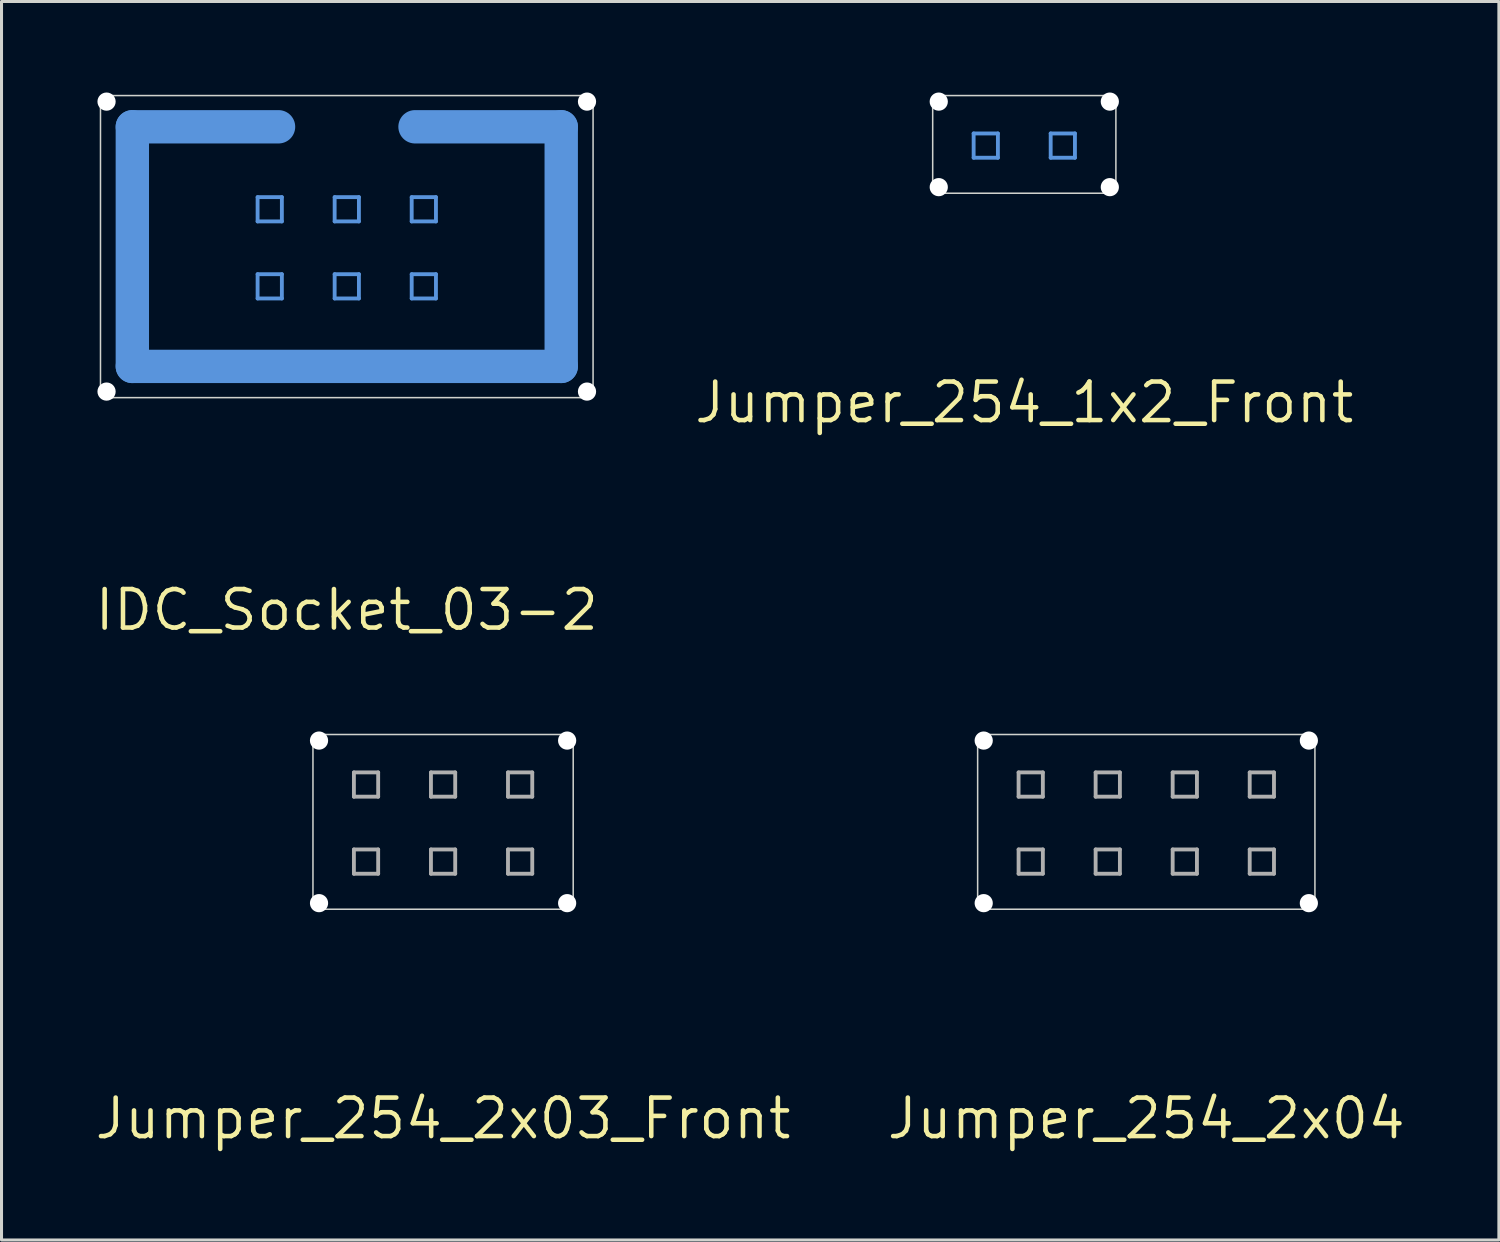
<source format=kicad_pcb>
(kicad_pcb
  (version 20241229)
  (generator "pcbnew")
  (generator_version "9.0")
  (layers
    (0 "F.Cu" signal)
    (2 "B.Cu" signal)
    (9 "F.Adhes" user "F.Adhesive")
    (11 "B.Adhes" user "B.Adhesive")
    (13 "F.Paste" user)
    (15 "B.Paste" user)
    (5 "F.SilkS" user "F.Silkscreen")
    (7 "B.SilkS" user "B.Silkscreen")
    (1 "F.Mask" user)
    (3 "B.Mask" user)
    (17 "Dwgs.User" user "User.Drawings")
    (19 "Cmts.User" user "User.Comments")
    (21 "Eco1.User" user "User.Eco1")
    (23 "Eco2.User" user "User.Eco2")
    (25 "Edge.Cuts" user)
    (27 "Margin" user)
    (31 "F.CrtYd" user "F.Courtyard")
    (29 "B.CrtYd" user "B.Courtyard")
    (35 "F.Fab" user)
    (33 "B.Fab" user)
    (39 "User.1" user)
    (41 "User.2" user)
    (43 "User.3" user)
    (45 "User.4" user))
  (footprint "Jumper_254_2x03_Front"
    (layer "F.Cu")
    (at 11.558 33.826)
    (property "Reference" "Jumper_254_2x03_Front" (at 0 0 0) (layer "F.SilkS") (effects (font (size 1.27 1.27) (thickness 0.15))))
    (fp_line (start -4.29 -12.26) (end -4.29 -7.2) (stroke (width 0.05) (type solid)) (layer "Edge.Cuts"))
    (fp_line (start -3.89 -6.9) (end 3.89 -6.9) (stroke (width 0.05) (type solid)) (layer "Edge.Cuts"))
    (fp_line (start 3.89 -12.66) (end -3.89 -12.66) (stroke (width 0.05) (type solid)) (layer "Edge.Cuts"))
    (fp_line (start 4.29 -7.2) (end 4.29 -12.26) (stroke (width 0.05) (type solid)) (layer "Edge.Cuts"))
    (fp_arc (start -4.29 -12.26) (mid -4.172843 -12.542843) (end -3.89 -12.66) (stroke (width 0.05) (type solid)) (layer "Edge.Cuts"))
    (fp_arc (start -3.89 -6.9) (mid -4.152132 -6.967157) (end -4.29 -7.2) (stroke (width 0.05) (type solid)) (layer "Edge.Cuts"))
    (fp_arc (start 3.89 -12.66) (mid 4.172843 -12.542843) (end 4.29 -12.26) (stroke (width 0.05) (type solid)) (layer "Edge.Cuts"))
    (fp_arc (start 4.289999 -7.199999) (mid 4.131906 -6.994124) (end 3.89 -6.9) (stroke (width 0.05) (type solid)) (layer "Edge.Cuts"))
    (fp_line (start -2.94 -11.41) (end -2.14 -11.41) (stroke (width 0.127) (type solid)) (layer "F.Fab"))
    (fp_line (start -2.94 -10.61) (end -2.94 -11.41) (stroke (width 0.127) (type solid)) (layer "F.Fab"))
    (fp_line (start -2.94 -8.87) (end -2.14 -8.87) (stroke (width 0.127) (type solid)) (layer "F.Fab"))
    (fp_line (start -2.94 -8.07) (end -2.94 -8.87) (stroke (width 0.127) (type solid)) (layer "F.Fab"))
    (fp_line (start -2.14 -11.41) (end -2.14 -10.61) (stroke (width 0.127) (type solid)) (layer "F.Fab"))
    (fp_line (start -2.14 -10.61) (end -2.94 -10.61) (stroke (width 0.127) (type solid)) (layer "F.Fab"))
    (fp_line (start -2.14 -8.87) (end -2.14 -8.07) (stroke (width 0.127) (type solid)) (layer "F.Fab"))
    (fp_line (start -2.14 -8.07) (end -2.94 -8.07) (stroke (width 0.127) (type solid)) (layer "F.Fab"))
    (fp_line (start -0.4 -11.41) (end 0.4 -11.41) (stroke (width 0.127) (type solid)) (layer "F.Fab"))
    (fp_line (start -0.4 -10.61) (end -0.4 -11.41) (stroke (width 0.127) (type solid)) (layer "F.Fab"))
    (fp_line (start -0.4 -8.87) (end 0.4 -8.87) (stroke (width 0.127) (type solid)) (layer "F.Fab"))
    (fp_line (start -0.4 -8.07) (end -0.4 -8.87) (stroke (width 0.127) (type solid)) (layer "F.Fab"))
    (fp_line (start 0.4 -11.41) (end 0.4 -10.61) (stroke (width 0.127) (type solid)) (layer "F.Fab"))
    (fp_line (start 0.4 -10.61) (end -0.4 -10.61) (stroke (width 0.127) (type solid)) (layer "F.Fab"))
    (fp_line (start 0.4 -8.87) (end 0.4 -8.07) (stroke (width 0.127) (type solid)) (layer "F.Fab"))
    (fp_line (start 0.4 -8.07) (end -0.4 -8.07) (stroke (width 0.127) (type solid)) (layer "F.Fab"))
    (fp_line (start 2.14 -11.41) (end 2.94 -11.41) (stroke (width 0.127) (type solid)) (layer "F.Fab"))
    (fp_line (start 2.14 -10.61) (end 2.14 -11.41) (stroke (width 0.127) (type solid)) (layer "F.Fab"))
    (fp_line (start 2.14 -8.87) (end 2.94 -8.87) (stroke (width 0.127) (type solid)) (layer "F.Fab"))
    (fp_line (start 2.14 -8.07) (end 2.14 -8.87) (stroke (width 0.127) (type solid)) (layer "F.Fab"))
    (fp_line (start 2.94 -11.41) (end 2.94 -10.61) (stroke (width 0.127) (type solid)) (layer "F.Fab"))
    (fp_line (start 2.94 -10.61) (end 2.14 -10.61) (stroke (width 0.127) (type solid)) (layer "F.Fab"))
    (fp_line (start 2.94 -8.87) (end 2.94 -8.07) (stroke (width 0.127) (type solid)) (layer "F.Fab"))
    (fp_line (start 2.94 -8.07) (end 2.14 -8.07) (stroke (width 0.127) (type solid)) (layer "F.Fab"))
    (pad "" np_thru_hole circle (at -4.09 -12.46) (size 0.6 0.6) (drill 0.6) (layers "*.Cu" "*.Mask"))
    (pad "" np_thru_hole circle (at -4.09 -7.1) (size 0.6 0.6) (drill 0.6) (layers "*.Cu" "*.Mask"))
    (pad "" np_thru_hole circle (at 4.09 -12.46) (size 0.6 0.6) (drill 0.6) (layers "*.Cu" "*.Mask"))
    (pad "" np_thru_hole circle (at 4.09 -7.1) (size 0.6 0.6) (drill 0.6) (layers "*.Cu" "*.Mask"))
    (zone (net_name "") (layer "F.Cu") (hatch edge 0.5) (connect_pads) (min_thickness 0.25) (filled_areas_thickness no) (keepout (tracks not_allowed) (vias not_allowed) (pads not_allowed) (copperpour not_allowed) (footprints allowed)) (placement (enabled no)) (fill) (polygon (pts (xy 7.268 21.166) (xy 15.848 21.166) (xy 15.848 27.026) (xy 7.268 27.026))))
    (zone (net_name "") (layer "B.Cu") (hatch edge 0.5) (connect_pads) (min_thickness 0.25) (filled_areas_thickness no) (keepout (tracks not_allowed) (vias not_allowed) (pads not_allowed) (copperpour not_allowed) (footprints allowed)) (placement (enabled no)) (fill) (polygon (pts (xy 7.268 21.166) (xy 15.848 21.166) (xy 15.848 27.026) (xy 7.268 27.026)))))
  (footprint "IDC_Socket_03-2"
    (layer "F.Cu")
    (at 8.383 17.06)
    (property "Reference" "IDC_Socket_03-2" (at 0 0 0) (layer "F.SilkS") (effects (font (size 1.27 1.27) (thickness 0.15))))
    (fp_line (start -7.07 -15.93) (end -7.07 -8.03) (stroke (width 1.1) (type solid)) (layer "Cmts.User"))
    (fp_line (start -7.07 -8.03) (end 7.07 -8.03) (stroke (width 1.1) (type solid)) (layer "Cmts.User"))
    (fp_line (start -2.94 -13.61) (end -2.14 -13.61) (stroke (width 0.127) (type solid)) (layer "Cmts.User"))
    (fp_line (start -2.94 -12.81) (end -2.94 -13.61) (stroke (width 0.127) (type solid)) (layer "Cmts.User"))
    (fp_line (start -2.94 -11.07) (end -2.14 -11.07) (stroke (width 0.127) (type solid)) (layer "Cmts.User"))
    (fp_line (start -2.94 -10.27) (end -2.94 -11.07) (stroke (width 0.127) (type solid)) (layer "Cmts.User"))
    (fp_line (start -2.25 -15.93) (end -7.07 -15.93) (stroke (width 1.1) (type solid)) (layer "Cmts.User"))
    (fp_line (start -2.14 -13.61) (end -2.14 -12.81) (stroke (width 0.127) (type solid)) (layer "Cmts.User"))
    (fp_line (start -2.14 -12.81) (end -2.94 -12.81) (stroke (width 0.127) (type solid)) (layer "Cmts.User"))
    (fp_line (start -2.14 -11.07) (end -2.14 -10.27) (stroke (width 0.127) (type solid)) (layer "Cmts.User"))
    (fp_line (start -2.14 -10.27) (end -2.94 -10.27) (stroke (width 0.127) (type solid)) (layer "Cmts.User"))
    (fp_line (start -0.4 -13.61) (end 0.4 -13.61) (stroke (width 0.127) (type solid)) (layer "Cmts.User"))
    (fp_line (start -0.4 -12.81) (end -0.4 -13.61) (stroke (width 0.127) (type solid)) (layer "Cmts.User"))
    (fp_line (start -0.4 -11.07) (end 0.4 -11.07) (stroke (width 0.127) (type solid)) (layer "Cmts.User"))
    (fp_line (start -0.4 -10.27) (end -0.4 -11.07) (stroke (width 0.127) (type solid)) (layer "Cmts.User"))
    (fp_line (start 0.4 -13.61) (end 0.4 -12.81) (stroke (width 0.127) (type solid)) (layer "Cmts.User"))
    (fp_line (start 0.4 -12.81) (end -0.4 -12.81) (stroke (width 0.127) (type solid)) (layer "Cmts.User"))
    (fp_line (start 0.4 -11.07) (end 0.4 -10.27) (stroke (width 0.127) (type solid)) (layer "Cmts.User"))
    (fp_line (start 0.4 -10.27) (end -0.4 -10.27) (stroke (width 0.127) (type solid)) (layer "Cmts.User"))
    (fp_line (start 2.14 -13.61) (end 2.94 -13.61) (stroke (width 0.127) (type solid)) (layer "Cmts.User"))
    (fp_line (start 2.14 -12.81) (end 2.14 -13.61) (stroke (width 0.127) (type solid)) (layer "Cmts.User"))
    (fp_line (start 2.14 -11.07) (end 2.94 -11.07) (stroke (width 0.127) (type solid)) (layer "Cmts.User"))
    (fp_line (start 2.14 -10.27) (end 2.14 -11.07) (stroke (width 0.127) (type solid)) (layer "Cmts.User"))
    (fp_line (start 2.94 -13.61) (end 2.94 -12.81) (stroke (width 0.127) (type solid)) (layer "Cmts.User"))
    (fp_line (start 2.94 -12.81) (end 2.14 -12.81) (stroke (width 0.127) (type solid)) (layer "Cmts.User"))
    (fp_line (start 2.94 -11.07) (end 2.94 -10.27) (stroke (width 0.127) (type solid)) (layer "Cmts.User"))
    (fp_line (start 2.94 -10.27) (end 2.14 -10.27) (stroke (width 0.127) (type solid)) (layer "Cmts.User"))
    (fp_line (start 7.07 -15.93) (end 2.25 -15.93) (stroke (width 1.1) (type solid)) (layer "Cmts.User"))
    (fp_line (start 7.07 -8.03) (end 7.07 -15.93) (stroke (width 1.1) (type solid)) (layer "Cmts.User"))
    (fp_line (start -8.12 -16.56) (end -8.12 -7.3) (stroke (width 0.05) (type solid)) (layer "Edge.Cuts"))
    (fp_line (start -7.72 -7) (end 7.72 -7) (stroke (width 0.05) (type solid)) (layer "Edge.Cuts"))
    (fp_line (start 7.72 -16.96) (end -7.72 -16.96) (stroke (width 0.05) (type solid)) (layer "Edge.Cuts"))
    (fp_line (start 8.12 -7.3) (end 8.12 -16.56) (stroke (width 0.05) (type solid)) (layer "Edge.Cuts"))
    (fp_arc (start -8.12 -16.56) (mid -8.002843 -16.842843) (end -7.72 -16.96) (stroke (width 0.05) (type solid)) (layer "Edge.Cuts"))
    (fp_arc (start -7.72 -7) (mid -7.982132 -7.067157) (end -8.12 -7.3) (stroke (width 0.05) (type solid)) (layer "Edge.Cuts"))
    (fp_arc (start 7.72 -16.96) (mid 8.002843 -16.842843) (end 8.12 -16.56) (stroke (width 0.05) (type solid)) (layer "Edge.Cuts"))
    (fp_arc (start 8.119999 -7.299999) (mid 7.961906 -7.094124) (end 7.72 -7) (stroke (width 0.05) (type solid)) (layer "Edge.Cuts"))
    (pad "" np_thru_hole circle (at -7.92 -16.76) (size 0.6 0.6) (drill 0.6) (layers "*.Cu" "*.Mask"))
    (pad "" np_thru_hole circle (at -7.92 -7.2) (size 0.6 0.6) (drill 0.6) (layers "*.Cu" "*.Mask"))
    (pad "" np_thru_hole circle (at 7.92 -16.76) (size 0.6 0.6) (drill 0.6) (layers "*.Cu" "*.Mask"))
    (pad "" np_thru_hole circle (at 7.92 -7.2) (size 0.6 0.6) (drill 0.6) (layers "*.Cu" "*.Mask")))
  (footprint "Jumper_254_2x04"
    (layer "F.Cu")
    (at 34.742 33.826)
    (property "Reference" "Jumper_254_2x04" (at 0 0 0) (layer "F.SilkS") (effects (font (size 1.27 1.27) (thickness 0.15))))
    (fp_line (start -5.56 -12.26) (end -5.56 -7.2) (stroke (width 0.05) (type solid)) (layer "Edge.Cuts"))
    (fp_line (start -5.16 -6.9) (end 5.16 -6.9) (stroke (width 0.05) (type solid)) (layer "Edge.Cuts"))
    (fp_line (start 5.16 -12.66) (end -5.16 -12.66) (stroke (width 0.05) (type solid)) (layer "Edge.Cuts"))
    (fp_line (start 5.56 -7.2) (end 5.56 -12.26) (stroke (width 0.05) (type solid)) (layer "Edge.Cuts"))
    (fp_arc (start -5.56 -12.26) (mid -5.442843 -12.542843) (end -5.16 -12.66) (stroke (width 0.05) (type solid)) (layer "Edge.Cuts"))
    (fp_arc (start -5.16 -6.9) (mid -5.422132 -6.967157) (end -5.56 -7.2) (stroke (width 0.05) (type solid)) (layer "Edge.Cuts"))
    (fp_arc (start 5.16 -12.66) (mid 5.442843 -12.542843) (end 5.56 -12.26) (stroke (width 0.05) (type solid)) (layer "Edge.Cuts"))
    (fp_arc (start 5.559999 -7.199999) (mid 5.401906 -6.994124) (end 5.16 -6.9) (stroke (width 0.05) (type solid)) (layer "Edge.Cuts"))
    (fp_line (start -4.21 -11.41) (end -3.41 -11.41) (stroke (width 0.127) (type solid)) (layer "F.Fab"))
    (fp_line (start -4.21 -10.61) (end -4.21 -11.41) (stroke (width 0.127) (type solid)) (layer "F.Fab"))
    (fp_line (start -4.21 -8.87) (end -3.41 -8.87) (stroke (width 0.127) (type solid)) (layer "F.Fab"))
    (fp_line (start -4.21 -8.07) (end -4.21 -8.87) (stroke (width 0.127) (type solid)) (layer "F.Fab"))
    (fp_line (start -3.41 -11.41) (end -3.41 -10.61) (stroke (width 0.127) (type solid)) (layer "F.Fab"))
    (fp_line (start -3.41 -10.61) (end -4.21 -10.61) (stroke (width 0.127) (type solid)) (layer "F.Fab"))
    (fp_line (start -3.41 -8.87) (end -3.41 -8.07) (stroke (width 0.127) (type solid)) (layer "F.Fab"))
    (fp_line (start -3.41 -8.07) (end -4.21 -8.07) (stroke (width 0.127) (type solid)) (layer "F.Fab"))
    (fp_line (start -1.67 -11.41) (end -0.87 -11.41) (stroke (width 0.127) (type solid)) (layer "F.Fab"))
    (fp_line (start -1.67 -10.61) (end -1.67 -11.41) (stroke (width 0.127) (type solid)) (layer "F.Fab"))
    (fp_line (start -1.67 -8.87) (end -0.87 -8.87) (stroke (width 0.127) (type solid)) (layer "F.Fab"))
    (fp_line (start -1.67 -8.07) (end -1.67 -8.87) (stroke (width 0.127) (type solid)) (layer "F.Fab"))
    (fp_line (start -0.87 -11.41) (end -0.87 -10.61) (stroke (width 0.127) (type solid)) (layer "F.Fab"))
    (fp_line (start -0.87 -10.61) (end -1.67 -10.61) (stroke (width 0.127) (type solid)) (layer "F.Fab"))
    (fp_line (start -0.87 -8.87) (end -0.87 -8.07) (stroke (width 0.127) (type solid)) (layer "F.Fab"))
    (fp_line (start -0.87 -8.07) (end -1.67 -8.07) (stroke (width 0.127) (type solid)) (layer "F.Fab"))
    (fp_line (start 0.87 -11.41) (end 1.67 -11.41) (stroke (width 0.127) (type solid)) (layer "F.Fab"))
    (fp_line (start 0.87 -10.61) (end 0.87 -11.41) (stroke (width 0.127) (type solid)) (layer "F.Fab"))
    (fp_line (start 0.87 -8.87) (end 1.67 -8.87) (stroke (width 0.127) (type solid)) (layer "F.Fab"))
    (fp_line (start 0.87 -8.07) (end 0.87 -8.87) (stroke (width 0.127) (type solid)) (layer "F.Fab"))
    (fp_line (start 1.67 -11.41) (end 1.67 -10.61) (stroke (width 0.127) (type solid)) (layer "F.Fab"))
    (fp_line (start 1.67 -10.61) (end 0.87 -10.61) (stroke (width 0.127) (type solid)) (layer "F.Fab"))
    (fp_line (start 1.67 -8.87) (end 1.67 -8.07) (stroke (width 0.127) (type solid)) (layer "F.Fab"))
    (fp_line (start 1.67 -8.07) (end 0.87 -8.07) (stroke (width 0.127) (type solid)) (layer "F.Fab"))
    (fp_line (start 3.41 -11.41) (end 4.21 -11.41) (stroke (width 0.127) (type solid)) (layer "F.Fab"))
    (fp_line (start 3.41 -10.61) (end 3.41 -11.41) (stroke (width 0.127) (type solid)) (layer "F.Fab"))
    (fp_line (start 3.41 -8.87) (end 4.21 -8.87) (stroke (width 0.127) (type solid)) (layer "F.Fab"))
    (fp_line (start 3.41 -8.07) (end 3.41 -8.87) (stroke (width 0.127) (type solid)) (layer "F.Fab"))
    (fp_line (start 4.21 -11.41) (end 4.21 -10.61) (stroke (width 0.127) (type solid)) (layer "F.Fab"))
    (fp_line (start 4.21 -10.61) (end 3.41 -10.61) (stroke (width 0.127) (type solid)) (layer "F.Fab"))
    (fp_line (start 4.21 -8.87) (end 4.21 -8.07) (stroke (width 0.127) (type solid)) (layer "F.Fab"))
    (fp_line (start 4.21 -8.07) (end 3.41 -8.07) (stroke (width 0.127) (type solid)) (layer "F.Fab"))
    (pad "" np_thru_hole circle (at -5.36 -12.46) (size 0.6 0.6) (drill 0.6) (layers "*.Cu" "*.Mask"))
    (pad "" np_thru_hole circle (at -5.36 -7.1) (size 0.6 0.6) (drill 0.6) (layers "*.Cu" "*.Mask"))
    (pad "" np_thru_hole circle (at 5.36 -12.46) (size 0.6 0.6) (drill 0.6) (layers "*.Cu" "*.Mask"))
    (pad "" np_thru_hole circle (at 5.36 -7.1) (size 0.6 0.6) (drill 0.6) (layers "*.Cu" "*.Mask"))
    (zone (net_name "") (layer "F.Cu") (hatch edge 0.5) (connect_pads) (min_thickness 0.25) (filled_areas_thickness no) (keepout (tracks not_allowed) (vias not_allowed) (pads not_allowed) (copperpour not_allowed) (footprints allowed)) (placement (enabled no)) (fill) (polygon (pts (xy 29.182 21.166) (xy 40.302 21.166) (xy 40.302 27.026) (xy 29.182 27.026))))
    (zone (net_name "") (layer "B.Cu") (hatch edge 0.5) (connect_pads) (min_thickness 0.25) (filled_areas_thickness no) (keepout (tracks not_allowed) (vias not_allowed) (pads not_allowed) (copperpour not_allowed) (footprints allowed)) (placement (enabled no)) (fill) (polygon (pts (xy 29.182 21.166) (xy 40.302 21.166) (xy 40.302 27.026) (xy 29.182 27.026)))))
  (footprint "Jumper_254_1x2_Front"
    (layer "F.Cu")
    (at 30.72 10.22)
    (property "Reference" "Jumper_254_1x2_Front" (at 0 0 0) (layer "F.SilkS") (effects (font (size 1.27 1.27) (thickness 0.15))))
    (fp_line (start -1.67 -8.87) (end -0.87 -8.87) (stroke (width 0.127) (type solid)) (layer "Cmts.User"))
    (fp_line (start -1.67 -8.07) (end -1.67 -8.87) (stroke (width 0.127) (type solid)) (layer "Cmts.User"))
    (fp_line (start -0.87 -8.87) (end -0.87 -8.07) (stroke (width 0.127) (type solid)) (layer "Cmts.User"))
    (fp_line (start -0.87 -8.07) (end -1.67 -8.07) (stroke (width 0.127) (type solid)) (layer "Cmts.User"))
    (fp_line (start 0.87 -8.87) (end 1.67 -8.87) (stroke (width 0.127) (type solid)) (layer "Cmts.User"))
    (fp_line (start 0.87 -8.07) (end 0.87 -8.87) (stroke (width 0.127) (type solid)) (layer "Cmts.User"))
    (fp_line (start 1.67 -8.87) (end 1.67 -8.07) (stroke (width 0.127) (type solid)) (layer "Cmts.User"))
    (fp_line (start 1.67 -8.07) (end 0.87 -8.07) (stroke (width 0.127) (type solid)) (layer "Cmts.User"))
    (fp_line (start -3.02 -9.72) (end -3.02 -7.2) (stroke (width 0.05) (type solid)) (layer "Edge.Cuts"))
    (fp_line (start -2.62 -6.9) (end 2.62 -6.9) (stroke (width 0.05) (type solid)) (layer "Edge.Cuts"))
    (fp_line (start 2.62 -10.12) (end -2.62 -10.12) (stroke (width 0.05) (type solid)) (layer "Edge.Cuts"))
    (fp_line (start 3.02 -7.2) (end 3.02 -9.72) (stroke (width 0.05) (type solid)) (layer "Edge.Cuts"))
    (fp_arc (start -3.02 -9.72) (mid -2.902843 -10.002843) (end -2.62 -10.12) (stroke (width 0.05) (type solid)) (layer "Edge.Cuts"))
    (fp_arc (start -2.62 -6.9) (mid -2.882132 -6.967157) (end -3.02 -7.2) (stroke (width 0.05) (type solid)) (layer "Edge.Cuts"))
    (fp_arc (start 2.62 -10.12) (mid 2.902843 -10.002843) (end 3.02 -9.72) (stroke (width 0.05) (type solid)) (layer "Edge.Cuts"))
    (fp_arc (start 3.019999 -7.199999) (mid 2.861906 -6.994124) (end 2.62 -6.9) (stroke (width 0.05) (type solid)) (layer "Edge.Cuts"))
    (pad "" np_thru_hole circle (at -2.82 -9.92) (size 0.6 0.6) (drill 0.6) (layers "*.Cu" "*.Mask"))
    (pad "" np_thru_hole circle (at -2.82 -7.1) (size 0.6 0.6) (drill 0.6) (layers "*.Cu" "*.Mask"))
    (pad "" np_thru_hole circle (at 2.82 -9.92) (size 0.6 0.6) (drill 0.6) (layers "*.Cu" "*.Mask"))
    (pad "" np_thru_hole circle (at 2.82 -7.1) (size 0.6 0.6) (drill 0.6) (layers "*.Cu" "*.Mask"))
    (zone (net_name "") (layer "F.Cu") (hatch edge 0.5) (connect_pads) (min_thickness 0.25) (filled_areas_thickness no) (keepout (tracks not_allowed) (vias not_allowed) (pads not_allowed) (copperpour not_allowed) (footprints allowed)) (placement (enabled no)) (fill) (polygon (pts (xy 27.7 0.1) (xy 33.74 0.1) (xy 33.74 3.42) (xy 27.7 3.42))))
    (zone (net_name "") (layer "B.Cu") (hatch edge 0.5) (connect_pads) (min_thickness 0.25) (filled_areas_thickness no) (keepout (tracks not_allowed) (vias not_allowed) (pads not_allowed) (copperpour not_allowed) (footprints allowed)) (placement (enabled no)) (fill) (polygon (pts (xy 27.7 0.1) (xy 33.74 0.1) (xy 33.74 3.42) (xy 27.7 3.42)))))
  (gr_rect
    (start -3 -3)
    (end 46.367 37.832)
    (stroke (width 0.1) (type default))
    (fill no)
    (layer "Edge.Cuts")))
</source>
